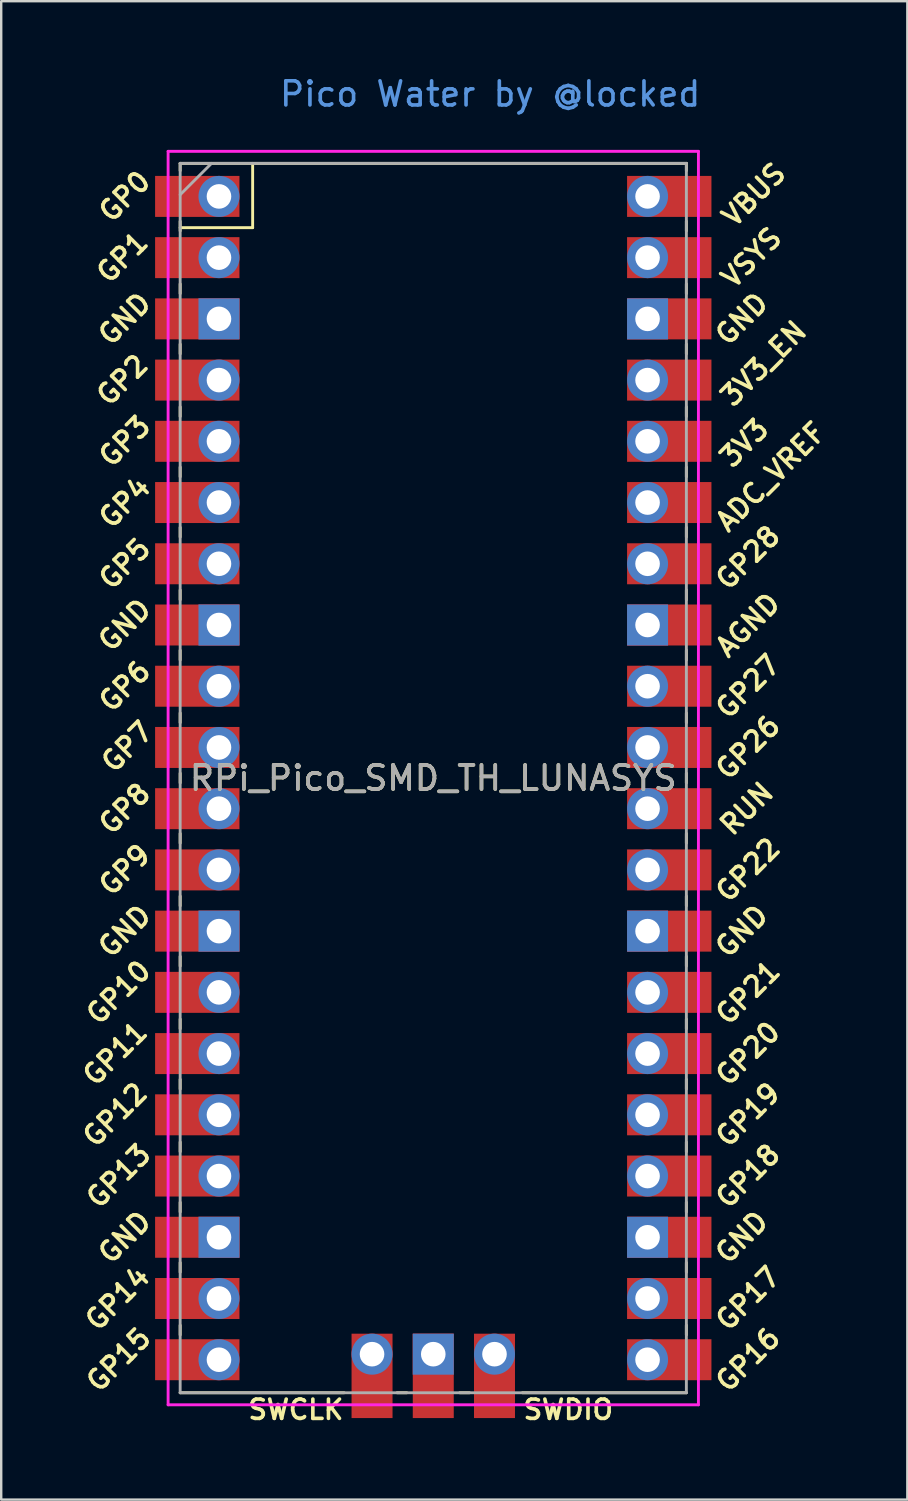
<source format=kicad_pcb>
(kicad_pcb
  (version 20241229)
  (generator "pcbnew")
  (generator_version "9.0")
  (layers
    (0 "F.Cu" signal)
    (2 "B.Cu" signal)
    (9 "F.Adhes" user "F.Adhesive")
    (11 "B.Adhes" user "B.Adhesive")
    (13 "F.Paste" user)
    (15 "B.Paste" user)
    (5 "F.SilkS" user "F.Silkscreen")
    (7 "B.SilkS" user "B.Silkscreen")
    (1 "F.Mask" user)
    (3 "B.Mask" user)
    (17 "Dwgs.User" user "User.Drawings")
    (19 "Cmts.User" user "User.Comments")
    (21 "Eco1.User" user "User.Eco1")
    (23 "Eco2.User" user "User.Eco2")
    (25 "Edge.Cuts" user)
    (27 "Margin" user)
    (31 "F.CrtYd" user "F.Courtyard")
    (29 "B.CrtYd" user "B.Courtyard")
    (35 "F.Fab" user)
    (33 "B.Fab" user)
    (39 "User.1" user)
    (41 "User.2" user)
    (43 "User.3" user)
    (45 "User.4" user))
  (footprint "RPi_Pico_SMD_TH_LUNASYS"
    (layer "F.Cu")
    (at 14.924 29.228)
    (property "Reference" "RPi_Pico_SMD_TH_LUNASYS" (at 0 0 0) (layer "F.SilkS") (effects (font (size 1 1) (thickness 0.15))))
    (attr through_hole)
    (fp_line (start -10.5 -25.5) (end -10.5 -25.2) (stroke (width 0.12) (type solid)) (layer "F.SilkS"))
    (fp_line (start -10.5 -25.5) (end 10.5 -25.5) (stroke (width 0.12) (type solid)) (layer "F.SilkS"))
    (fp_line (start -10.5 -23.1) (end -10.5 -22.7) (stroke (width 0.12) (type solid)) (layer "F.SilkS"))
    (fp_line (start -10.5 -22.833) (end -7.493 -22.833) (stroke (width 0.12) (type solid)) (layer "F.SilkS"))
    (fp_line (start -10.5 -20.5) (end -10.5 -20.1) (stroke (width 0.12) (type solid)) (layer "F.SilkS"))
    (fp_line (start -10.5 -18) (end -10.5 -17.6) (stroke (width 0.12) (type solid)) (layer "F.SilkS"))
    (fp_line (start -10.5 -15.4) (end -10.5 -15) (stroke (width 0.12) (type solid)) (layer "F.SilkS"))
    (fp_line (start -10.5 -12.9) (end -10.5 -12.5) (stroke (width 0.12) (type solid)) (layer "F.SilkS"))
    (fp_line (start -10.5 -10.4) (end -10.5 -10) (stroke (width 0.12) (type solid)) (layer "F.SilkS"))
    (fp_line (start -10.5 -7.8) (end -10.5 -7.4) (stroke (width 0.12) (type solid)) (layer "F.SilkS"))
    (fp_line (start -10.5 -5.3) (end -10.5 -4.9) (stroke (width 0.12) (type solid)) (layer "F.SilkS"))
    (fp_line (start -10.5 -2.7) (end -10.5 -2.3) (stroke (width 0.12) (type solid)) (layer "F.SilkS"))
    (fp_line (start -10.5 -0.2) (end -10.5 0.2) (stroke (width 0.12) (type solid)) (layer "F.SilkS"))
    (fp_line (start -10.5 2.3) (end -10.5 2.7) (stroke (width 0.12) (type solid)) (layer "F.SilkS"))
    (fp_line (start -10.5 4.9) (end -10.5 5.3) (stroke (width 0.12) (type solid)) (layer "F.SilkS"))
    (fp_line (start -10.5 7.4) (end -10.5 7.8) (stroke (width 0.12) (type solid)) (layer "F.SilkS"))
    (fp_line (start -10.5 10) (end -10.5 10.4) (stroke (width 0.12) (type solid)) (layer "F.SilkS"))
    (fp_line (start -10.5 12.5) (end -10.5 12.9) (stroke (width 0.12) (type solid)) (layer "F.SilkS"))
    (fp_line (start -10.5 15.1) (end -10.5 15.5) (stroke (width 0.12) (type solid)) (layer "F.SilkS"))
    (fp_line (start -10.5 17.6) (end -10.5 18) (stroke (width 0.12) (type solid)) (layer "F.SilkS"))
    (fp_line (start -10.5 20.1) (end -10.5 20.5) (stroke (width 0.12) (type solid)) (layer "F.SilkS"))
    (fp_line (start -10.5 22.7) (end -10.5 23.1) (stroke (width 0.12) (type solid)) (layer "F.SilkS"))
    (fp_line (start -7.493 -22.833) (end -7.493 -25.5) (stroke (width 0.12) (type solid)) (layer "F.SilkS"))
    (fp_line (start -3.7 25.5) (end -10.5 25.5) (stroke (width 0.12) (type solid)) (layer "F.SilkS"))
    (fp_line (start -1.5 25.5) (end -1.1 25.5) (stroke (width 0.12) (type solid)) (layer "F.SilkS"))
    (fp_line (start 1.1 25.5) (end 1.5 25.5) (stroke (width 0.12) (type solid)) (layer "F.SilkS"))
    (fp_line (start 10.5 -25.5) (end 10.5 -25.2) (stroke (width 0.12) (type solid)) (layer "F.SilkS"))
    (fp_line (start 10.5 -23.1) (end 10.5 -22.7) (stroke (width 0.12) (type solid)) (layer "F.SilkS"))
    (fp_line (start 10.5 -20.5) (end 10.5 -20.1) (stroke (width 0.12) (type solid)) (layer "F.SilkS"))
    (fp_line (start 10.5 -18) (end 10.5 -17.6) (stroke (width 0.12) (type solid)) (layer "F.SilkS"))
    (fp_line (start 10.5 -15.4) (end 10.5 -15) (stroke (width 0.12) (type solid)) (layer "F.SilkS"))
    (fp_line (start 10.5 -12.9) (end 10.5 -12.5) (stroke (width 0.12) (type solid)) (layer "F.SilkS"))
    (fp_line (start 10.5 -10.4) (end 10.5 -10) (stroke (width 0.12) (type solid)) (layer "F.SilkS"))
    (fp_line (start 10.5 -7.8) (end 10.5 -7.4) (stroke (width 0.12) (type solid)) (layer "F.SilkS"))
    (fp_line (start 10.5 -5.3) (end 10.5 -4.9) (stroke (width 0.12) (type solid)) (layer "F.SilkS"))
    (fp_line (start 10.5 -2.7) (end 10.5 -2.3) (stroke (width 0.12) (type solid)) (layer "F.SilkS"))
    (fp_line (start 10.5 -0.2) (end 10.5 0.2) (stroke (width 0.12) (type solid)) (layer "F.SilkS"))
    (fp_line (start 10.5 2.3) (end 10.5 2.7) (stroke (width 0.12) (type solid)) (layer "F.SilkS"))
    (fp_line (start 10.5 4.9) (end 10.5 5.3) (stroke (width 0.12) (type solid)) (layer "F.SilkS"))
    (fp_line (start 10.5 7.4) (end 10.5 7.8) (stroke (width 0.12) (type solid)) (layer "F.SilkS"))
    (fp_line (start 10.5 10) (end 10.5 10.4) (stroke (width 0.12) (type solid)) (layer "F.SilkS"))
    (fp_line (start 10.5 12.5) (end 10.5 12.9) (stroke (width 0.12) (type solid)) (layer "F.SilkS"))
    (fp_line (start 10.5 15.1) (end 10.5 15.5) (stroke (width 0.12) (type solid)) (layer "F.SilkS"))
    (fp_line (start 10.5 17.6) (end 10.5 18) (stroke (width 0.12) (type solid)) (layer "F.SilkS"))
    (fp_line (start 10.5 20.1) (end 10.5 20.5) (stroke (width 0.12) (type solid)) (layer "F.SilkS"))
    (fp_line (start 10.5 22.7) (end 10.5 23.1) (stroke (width 0.12) (type solid)) (layer "F.SilkS"))
    (fp_line (start 10.5 25.5) (end 3.7 25.5) (stroke (width 0.12) (type solid)) (layer "F.SilkS"))
    (fp_line (start -11 -26) (end 11 -26) (stroke (width 0.12) (type solid)) (layer "F.CrtYd"))
    (fp_line (start -11 26) (end -11 -26) (stroke (width 0.12) (type solid)) (layer "F.CrtYd"))
    (fp_line (start 11 -26) (end 11 26) (stroke (width 0.12) (type solid)) (layer "F.CrtYd"))
    (fp_line (start 11 26) (end -11 26) (stroke (width 0.12) (type solid)) (layer "F.CrtYd"))
    (fp_line (start -10.5 -25.5) (end 10.5 -25.5) (stroke (width 0.12) (type solid)) (layer "F.Fab"))
    (fp_line (start -10.5 -24.2) (end -9.2 -25.5) (stroke (width 0.12) (type solid)) (layer "F.Fab"))
    (fp_line (start -10.5 25.5) (end -10.5 -25.5) (stroke (width 0.12) (type solid)) (layer "F.Fab"))
    (fp_line (start 10.5 -25.5) (end 10.5 25.5) (stroke (width 0.12) (type solid)) (layer "F.Fab"))
    (fp_line (start 10.5 25.5) (end -10.5 25.5) (stroke (width 0.12) (type solid)) (layer "F.Fab"))
    (fp_text user "GND" (at 12.8 6.35 45) (layer "F.SilkS") (effects (font (size 0.8 0.8) (thickness 0.15))))
    (fp_text user "GP6" (at -12.8 -3.81 45) (layer "F.SilkS") (effects (font (size 0.8 0.8) (thickness 0.15))))
    (fp_text user "SWDIO" (at 5.6 26.2 0) (layer "F.SilkS") (effects (font (size 0.8 0.8) (thickness 0.15))))
    (fp_text user "GP20" (at 13.054 11.43 45) (layer "F.SilkS") (effects (font (size 0.8 0.8) (thickness 0.15))))
    (fp_text user "3V3" (at 12.9 -13.9 45) (layer "F.SilkS") (effects (font (size 0.8 0.8) (thickness 0.15))))
    (fp_text user "GP26" (at 13.054 -1.27 45) (layer "F.SilkS") (effects (font (size 0.8 0.8) (thickness 0.15))))
    (fp_text user "GP19" (at 13.054 13.97 45) (layer "F.SilkS") (effects (font (size 0.8 0.8) (thickness 0.15))))
    (fp_text user "GP2" (at -12.9 -16.51 45) (layer "F.SilkS") (effects (font (size 0.8 0.8) (thickness 0.15))))
    (fp_text user "GND" (at -12.8 19.05 45) (layer "F.SilkS") (effects (font (size 0.8 0.8) (thickness 0.15))))
    (fp_text user "3V3_EN" (at 13.7 -17.2 45) (layer "F.SilkS") (effects (font (size 0.8 0.8) (thickness 0.15))))
    (fp_text user "SWCLK" (at -5.7 26.2 0) (layer "F.SilkS") (effects (font (size 0.8 0.8) (thickness 0.15))))
    (fp_text user "GP3" (at -12.8 -13.97 45) (layer "F.SilkS") (effects (font (size 0.8 0.8) (thickness 0.15))))
    (fp_text user "GP8" (at -12.8 1.27 45) (layer "F.SilkS") (effects (font (size 0.8 0.8) (thickness 0.15))))
    (fp_text user "AGND" (at 13.054 -6.35 45) (layer "F.SilkS") (effects (font (size 0.8 0.8) (thickness 0.15))))
    (fp_text user "GP14" (at -13.1 21.59 45) (layer "F.SilkS") (effects (font (size 0.8 0.8) (thickness 0.15))))
    (fp_text user "GND" (at -12.8 -19.05 45) (layer "F.SilkS") (effects (font (size 0.8 0.8) (thickness 0.15))))
    (fp_text user "GP10" (at -13.054 8.89 45) (layer "F.SilkS") (effects (font (size 0.8 0.8) (thickness 0.15))))
    (fp_text user "GND" (at 12.8 19.05 45) (layer "F.SilkS") (effects (font (size 0.8 0.8) (thickness 0.15))))
    (fp_text user "GP4" (at -12.8 -11.43 45) (layer "F.SilkS") (effects (font (size 0.8 0.8) (thickness 0.15))))
    (fp_text user "GP21" (at 13.054 8.9 45) (layer "F.SilkS") (effects (font (size 0.8 0.8) (thickness 0.15))))
    (fp_text user "GP7" (at -12.7 -1.3 45) (layer "F.SilkS") (effects (font (size 0.8 0.8) (thickness 0.15))))
    (fp_text user "GP11" (at -13.2 11.43 45) (layer "F.SilkS") (effects (font (size 0.8 0.8) (thickness 0.15))))
    (fp_text user "GP1" (at -12.9 -21.6 45) (layer "F.SilkS") (effects (font (size 0.8 0.8) (thickness 0.15))))
    (fp_text user "GP27" (at 13.054 -3.8 45) (layer "F.SilkS") (effects (font (size 0.8 0.8) (thickness 0.15))))
    (fp_text user "GP15" (at -13.054 24.13 45) (layer "F.SilkS") (effects (font (size 0.8 0.8) (thickness 0.15))))
    (fp_text user "GP17" (at 13.054 21.59 45) (layer "F.SilkS") (effects (font (size 0.8 0.8) (thickness 0.15))))
    (fp_text user "ADC_VREF" (at 14 -12.5 45) (layer "F.SilkS") (effects (font (size 0.8 0.8) (thickness 0.15))))
    (fp_text user "GP0" (at -12.8 -24.13 45) (layer "F.SilkS") (effects (font (size 0.8 0.8) (thickness 0.15))))
    (fp_text user "GP12" (at -13.2 13.97 45) (layer "F.SilkS") (effects (font (size 0.8 0.8) (thickness 0.15))))
    (fp_text user "GND" (at -12.8 6.35 45) (layer "F.SilkS") (effects (font (size 0.8 0.8) (thickness 0.15))))
    (fp_text user "GP28" (at 13.054 -9.144 45) (layer "F.SilkS") (effects (font (size 0.8 0.8) (thickness 0.15))))
    (fp_text user "RUN" (at 13 1.27 45) (layer "F.SilkS") (effects (font (size 0.8 0.8) (thickness 0.15))))
    (fp_text user "GP18" (at 13.054 16.51 45) (layer "F.SilkS") (effects (font (size 0.8 0.8) (thickness 0.15))))
    (fp_text user "GP5" (at -12.8 -8.89 45) (layer "F.SilkS") (effects (font (size 0.8 0.8) (thickness 0.15))))
    (fp_text user "GND" (at -12.8 -6.35 45) (layer "F.SilkS") (effects (font (size 0.8 0.8) (thickness 0.15))))
    (fp_text user "GP16" (at 13.054 24.13 45) (layer "F.SilkS") (effects (font (size 0.8 0.8) (thickness 0.15))))
    (fp_text user "GND" (at 12.8 -19.05 45) (layer "F.SilkS") (effects (font (size 0.8 0.8) (thickness 0.15))))
    (fp_text user "VSYS" (at 13.2 -21.59 45) (layer "F.SilkS") (effects (font (size 0.8 0.8) (thickness 0.15))))
    (fp_text user "VBUS" (at 13.3 -24.2 45) (layer "F.SilkS") (effects (font (size 0.8 0.8) (thickness 0.15))))
    (fp_text user "GP9" (at -12.8 3.81 45) (layer "F.SilkS") (effects (font (size 0.8 0.8) (thickness 0.15))))
    (fp_text user "GP13" (at -13.054 16.51 45) (layer "F.SilkS") (effects (font (size 0.8 0.8) (thickness 0.15))))
    (fp_text user "GP22" (at 13.054 3.81 45) (layer "F.SilkS") (effects (font (size 0.8 0.8) (thickness 0.15))))
    (fp_text user "Pico Water by @locked" (at 2.36 -28.38 0) (layer "Cmts.User") (effects (font (size 1 1) (thickness 0.15))))
    (fp_text user "${REFERENCE}" (at 0 0 180) (layer "F.Fab") (effects (font (size 1 1) (thickness 0.15))))
    (pad "1" thru_hole oval (at -8.89 -24.13) (size 1.7 1.7) (drill 1.02) (layers "*.Cu" "*.Mask"))
    (pad "1" smd rect (at -8.89 -24.13) (size 3.5 1.7) (drill (offset -0.9 0)) (layers "F.Cu" "F.Mask"))
    (pad "2" thru_hole oval (at -8.89 -21.59) (size 1.7 1.7) (drill 1.02) (layers "*.Cu" "*.Mask"))
    (pad "2" smd rect (at -8.89 -21.59) (size 3.5 1.7) (drill (offset -0.9 0)) (layers "F.Cu" "F.Mask"))
    (pad "3" thru_hole rect (at -8.89 -19.05) (size 1.7 1.7) (drill 1.02) (layers "*.Cu" "*.Mask"))
    (pad "3" smd rect (at -8.89 -19.05) (size 3.5 1.7) (drill (offset -0.9 0)) (layers "F.Cu" "F.Mask"))
    (pad "4" thru_hole oval (at -8.89 -16.51) (size 1.7 1.7) (drill 1.02) (layers "*.Cu" "*.Mask"))
    (pad "4" smd rect (at -8.89 -16.51) (size 3.5 1.7) (drill (offset -0.9 0)) (layers "F.Cu" "F.Mask"))
    (pad "5" thru_hole oval (at -8.89 -13.97) (size 1.7 1.7) (drill 1.02) (layers "*.Cu" "*.Mask"))
    (pad "5" smd rect (at -8.89 -13.97) (size 3.5 1.7) (drill (offset -0.9 0)) (layers "F.Cu" "F.Mask"))
    (pad "6" thru_hole oval (at -8.89 -11.43) (size 1.7 1.7) (drill 1.02) (layers "*.Cu" "*.Mask"))
    (pad "6" smd rect (at -8.89 -11.43) (size 3.5 1.7) (drill (offset -0.9 0)) (layers "F.Cu" "F.Mask"))
    (pad "7" thru_hole oval (at -8.89 -8.89) (size 1.7 1.7) (drill 1.02) (layers "*.Cu" "*.Mask"))
    (pad "7" smd rect (at -8.89 -8.89) (size 3.5 1.7) (drill (offset -0.9 0)) (layers "F.Cu" "F.Mask"))
    (pad "8" thru_hole rect (at -8.89 -6.35) (size 1.7 1.7) (drill 1.02) (layers "*.Cu" "*.Mask"))
    (pad "8" smd rect (at -8.89 -6.35) (size 3.5 1.7) (drill (offset -0.9 0)) (layers "F.Cu" "F.Mask"))
    (pad "9" thru_hole oval (at -8.89 -3.81) (size 1.7 1.7) (drill 1.02) (layers "*.Cu" "*.Mask"))
    (pad "9" smd rect (at -8.89 -3.81) (size 3.5 1.7) (drill (offset -0.9 0)) (layers "F.Cu" "F.Mask"))
    (pad "10" thru_hole oval (at -8.89 -1.27) (size 1.7 1.7) (drill 1.02) (layers "*.Cu" "*.Mask"))
    (pad "10" smd rect (at -8.89 -1.27) (size 3.5 1.7) (drill (offset -0.9 0)) (layers "F.Cu" "F.Mask"))
    (pad "11" thru_hole oval (at -8.89 1.27) (size 1.7 1.7) (drill 1.02) (layers "*.Cu" "*.Mask"))
    (pad "11" smd rect (at -8.89 1.27) (size 3.5 1.7) (drill (offset -0.9 0)) (layers "F.Cu" "F.Mask"))
    (pad "12" thru_hole oval (at -8.89 3.81) (size 1.7 1.7) (drill 1.02) (layers "*.Cu" "*.Mask"))
    (pad "12" smd rect (at -8.89 3.81) (size 3.5 1.7) (drill (offset -0.9 0)) (layers "F.Cu" "F.Mask"))
    (pad "13" thru_hole rect (at -8.89 6.35) (size 1.7 1.7) (drill 1.02) (layers "*.Cu" "*.Mask"))
    (pad "13" smd rect (at -8.89 6.35) (size 3.5 1.7) (drill (offset -0.9 0)) (layers "F.Cu" "F.Mask"))
    (pad "14" thru_hole oval (at -8.89 8.89) (size 1.7 1.7) (drill 1.02) (layers "*.Cu" "*.Mask"))
    (pad "14" smd rect (at -8.89 8.89) (size 3.5 1.7) (drill (offset -0.9 0)) (layers "F.Cu" "F.Mask"))
    (pad "15" thru_hole oval (at -8.89 11.43) (size 1.7 1.7) (drill 1.02) (layers "*.Cu" "*.Mask"))
    (pad "15" smd rect (at -8.89 11.43) (size 3.5 1.7) (drill (offset -0.9 0)) (layers "F.Cu" "F.Mask"))
    (pad "16" thru_hole oval (at -8.89 13.97) (size 1.7 1.7) (drill 1.02) (layers "*.Cu" "*.Mask"))
    (pad "16" smd rect (at -8.89 13.97) (size 3.5 1.7) (drill (offset -0.9 0)) (layers "F.Cu" "F.Mask"))
    (pad "17" thru_hole oval (at -8.89 16.51) (size 1.7 1.7) (drill 1.02) (layers "*.Cu" "*.Mask"))
    (pad "17" smd rect (at -8.89 16.51) (size 3.5 1.7) (drill (offset -0.9 0)) (layers "F.Cu" "F.Mask"))
    (pad "18" thru_hole rect (at -8.89 19.05) (size 1.7 1.7) (drill 1.02) (layers "*.Cu" "*.Mask"))
    (pad "18" smd rect (at -8.89 19.05) (size 3.5 1.7) (drill (offset -0.9 0)) (layers "F.Cu" "F.Mask"))
    (pad "19" thru_hole oval (at -8.89 21.59) (size 1.7 1.7) (drill 1.02) (layers "*.Cu" "*.Mask"))
    (pad "19" smd rect (at -8.89 21.59) (size 3.5 1.7) (drill (offset -0.9 0)) (layers "F.Cu" "F.Mask"))
    (pad "20" thru_hole oval (at -8.89 24.13) (size 1.7 1.7) (drill 1.02) (layers "*.Cu" "*.Mask"))
    (pad "20" smd rect (at -8.89 24.13) (size 3.5 1.7) (drill (offset -0.9 0)) (layers "F.Cu" "F.Mask"))
    (pad "21" thru_hole oval (at 8.89 24.13) (size 1.7 1.7) (drill 1.02) (layers "*.Cu" "*.Mask"))
    (pad "21" smd rect (at 8.89 24.13) (size 3.5 1.7) (drill (offset 0.9 0)) (layers "F.Cu" "F.Mask"))
    (pad "22" thru_hole oval (at 8.89 21.59) (size 1.7 1.7) (drill 1.02) (layers "*.Cu" "*.Mask"))
    (pad "22" smd rect (at 8.89 21.59) (size 3.5 1.7) (drill (offset 0.9 0)) (layers "F.Cu" "F.Mask"))
    (pad "23" thru_hole rect (at 8.89 19.05) (size 1.7 1.7) (drill 1.02) (layers "*.Cu" "*.Mask"))
    (pad "23" smd rect (at 8.89 19.05) (size 3.5 1.7) (drill (offset 0.9 0)) (layers "F.Cu" "F.Mask"))
    (pad "24" thru_hole oval (at 8.89 16.51) (size 1.7 1.7) (drill 1.02) (layers "*.Cu" "*.Mask"))
    (pad "24" smd rect (at 8.89 16.51) (size 3.5 1.7) (drill (offset 0.9 0)) (layers "F.Cu" "F.Mask"))
    (pad "25" thru_hole oval (at 8.89 13.97) (size 1.7 1.7) (drill 1.02) (layers "*.Cu" "*.Mask"))
    (pad "25" smd rect (at 8.89 13.97) (size 3.5 1.7) (drill (offset 0.9 0)) (layers "F.Cu" "F.Mask"))
    (pad "26" thru_hole oval (at 8.89 11.43) (size 1.7 1.7) (drill 1.02) (layers "*.Cu" "*.Mask"))
    (pad "26" smd rect (at 8.89 11.43) (size 3.5 1.7) (drill (offset 0.9 0)) (layers "F.Cu" "F.Mask"))
    (pad "27" thru_hole oval (at 8.89 8.89) (size 1.7 1.7) (drill 1.02) (layers "*.Cu" "*.Mask"))
    (pad "27" smd rect (at 8.89 8.89) (size 3.5 1.7) (drill (offset 0.9 0)) (layers "F.Cu" "F.Mask"))
    (pad "28" thru_hole rect (at 8.89 6.35) (size 1.7 1.7) (drill 1.02) (layers "*.Cu" "*.Mask"))
    (pad "28" smd rect (at 8.89 6.35) (size 3.5 1.7) (drill (offset 0.9 0)) (layers "F.Cu" "F.Mask"))
    (pad "29" thru_hole oval (at 8.89 3.81) (size 1.7 1.7) (drill 1.02) (layers "*.Cu" "*.Mask"))
    (pad "29" smd rect (at 8.89 3.81) (size 3.5 1.7) (drill (offset 0.9 0)) (layers "F.Cu" "F.Mask"))
    (pad "30" thru_hole oval (at 8.89 1.27) (size 1.7 1.7) (drill 1.02) (layers "*.Cu" "*.Mask"))
    (pad "30" smd rect (at 8.89 1.27) (size 3.5 1.7) (drill (offset 0.9 0)) (layers "F.Cu" "F.Mask"))
    (pad "31" thru_hole oval (at 8.89 -1.27) (size 1.7 1.7) (drill 1.02) (layers "*.Cu" "*.Mask"))
    (pad "31" smd rect (at 8.89 -1.27) (size 3.5 1.7) (drill (offset 0.9 0)) (layers "F.Cu" "F.Mask"))
    (pad "32" thru_hole oval (at 8.89 -3.81) (size 1.7 1.7) (drill 1.02) (layers "*.Cu" "*.Mask"))
    (pad "32" smd rect (at 8.89 -3.81) (size 3.5 1.7) (drill (offset 0.9 0)) (layers "F.Cu" "F.Mask"))
    (pad "33" thru_hole rect (at 8.89 -6.35) (size 1.7 1.7) (drill 1.02) (layers "*.Cu" "*.Mask"))
    (pad "33" smd rect (at 8.89 -6.35) (size 3.5 1.7) (drill (offset 0.9 0)) (layers "F.Cu" "F.Mask"))
    (pad "34" thru_hole oval (at 8.89 -8.89) (size 1.7 1.7) (drill 1.02) (layers "*.Cu" "*.Mask"))
    (pad "34" smd rect (at 8.89 -8.89) (size 3.5 1.7) (drill (offset 0.9 0)) (layers "F.Cu" "F.Mask"))
    (pad "35" thru_hole oval (at 8.89 -11.43) (size 1.7 1.7) (drill 1.02) (layers "*.Cu" "*.Mask"))
    (pad "35" smd rect (at 8.89 -11.43) (size 3.5 1.7) (drill (offset 0.9 0)) (layers "F.Cu" "F.Mask"))
    (pad "36" thru_hole oval (at 8.89 -13.97) (size 1.7 1.7) (drill 1.02) (layers "*.Cu" "*.Mask"))
    (pad "36" smd rect (at 8.89 -13.97) (size 3.5 1.7) (drill (offset 0.9 0)) (layers "F.Cu" "F.Mask"))
    (pad "37" thru_hole oval (at 8.89 -16.51) (size 1.7 1.7) (drill 1.02) (layers "*.Cu" "*.Mask"))
    (pad "37" smd rect (at 8.89 -16.51) (size 3.5 1.7) (drill (offset 0.9 0)) (layers "F.Cu" "F.Mask"))
    (pad "38" thru_hole rect (at 8.89 -19.05) (size 1.7 1.7) (drill 1.02) (layers "*.Cu" "*.Mask"))
    (pad "38" smd rect (at 8.89 -19.05) (size 3.5 1.7) (drill (offset 0.9 0)) (layers "F.Cu" "F.Mask"))
    (pad "39" thru_hole oval (at 8.89 -21.59) (size 1.7 1.7) (drill 1.02) (layers "*.Cu" "*.Mask"))
    (pad "39" smd rect (at 8.89 -21.59) (size 3.5 1.7) (drill (offset 0.9 0)) (layers "F.Cu" "F.Mask"))
    (pad "40" thru_hole oval (at 8.89 -24.13) (size 1.7 1.7) (drill 1.02) (layers "*.Cu" "*.Mask"))
    (pad "40" smd rect (at 8.89 -24.13) (size 3.5 1.7) (drill (offset 0.9 0)) (layers "F.Cu" "F.Mask"))
    (pad "41" thru_hole oval (at -2.54 23.9) (size 1.7 1.7) (drill 1.02) (layers "*.Cu" "*.Mask"))
    (pad "41" smd rect (at -2.54 23.9 90) (size 3.5 1.7) (drill (offset -0.9 0)) (layers "F.Cu" "F.Mask"))
    (pad "42" thru_hole rect (at 0 23.9) (size 1.7 1.7) (drill 1.02) (layers "*.Cu" "*.Mask"))
    (pad "42" smd rect (at 0 23.9 90) (size 3.5 1.7) (drill (offset -0.9 0)) (layers "F.Cu" "F.Mask"))
    (pad "43" thru_hole oval (at 2.54 23.9) (size 1.7 1.7) (drill 1.02) (layers "*.Cu" "*.Mask"))
    (pad "43" smd rect (at 2.54 23.9 90) (size 3.5 1.7) (drill (offset -0.9 0)) (layers "F.Cu" "F.Mask")))
  (gr_rect
    (start -3 -3)
    (end 34.591 59.16)
    (stroke (width 0.1) (type default))
    (fill no)
    (layer "Edge.Cuts")))
</source>
